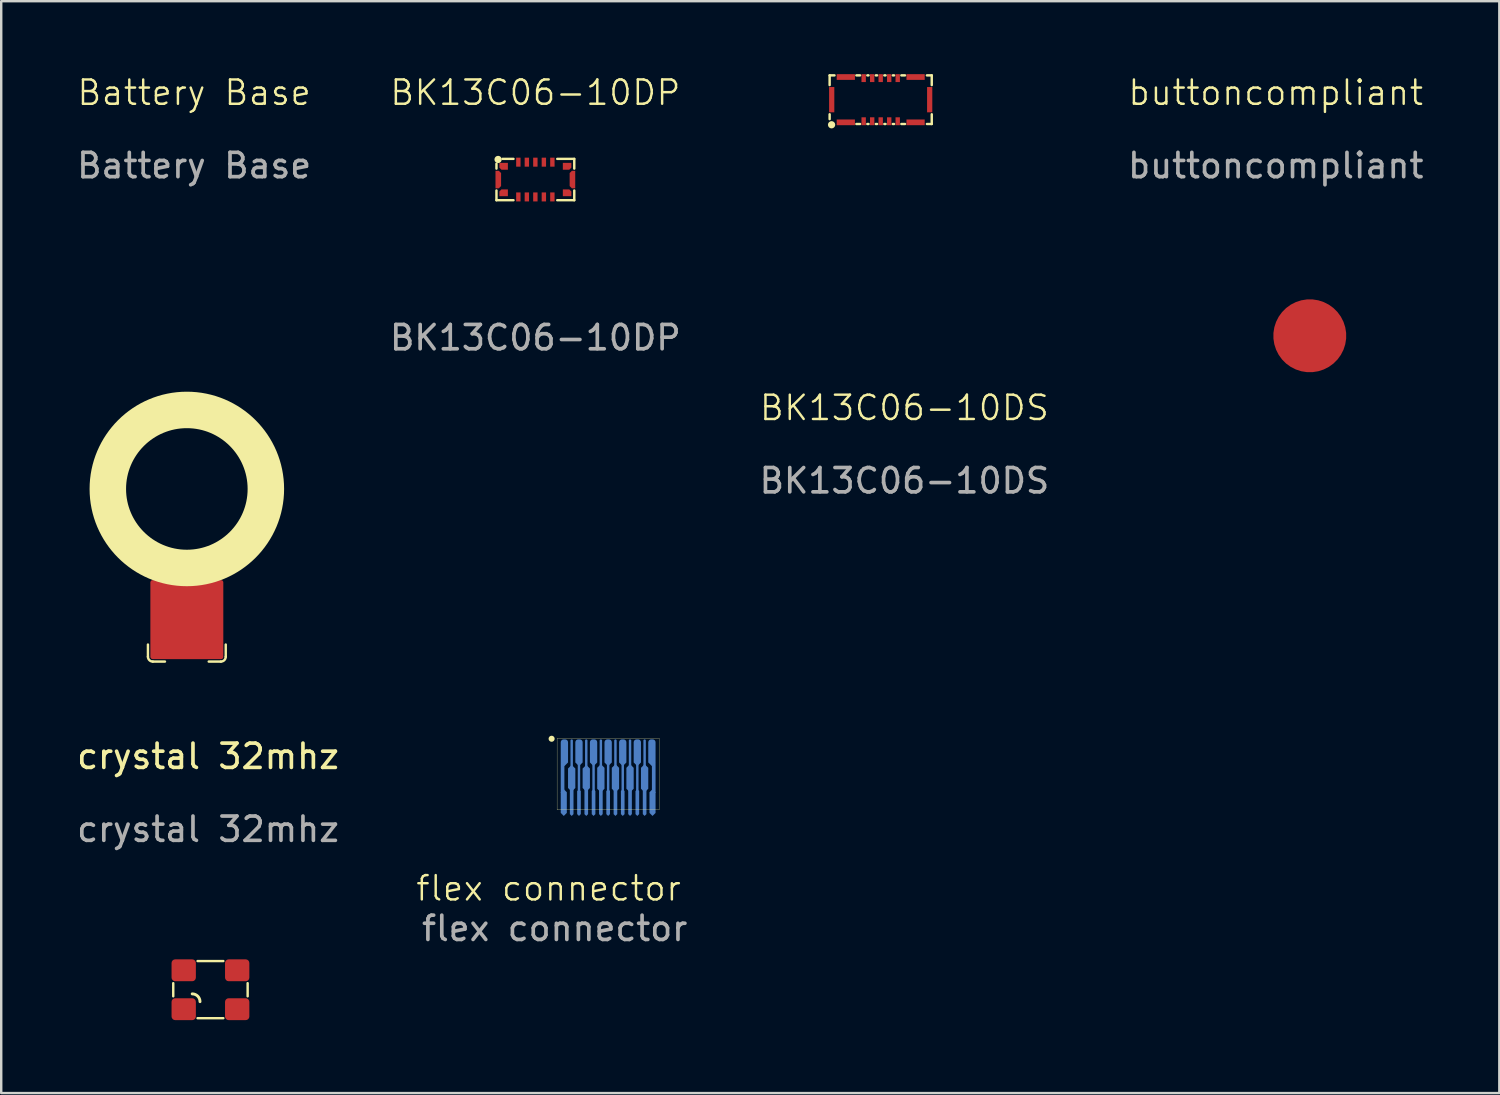
<source format=kicad_pcb>
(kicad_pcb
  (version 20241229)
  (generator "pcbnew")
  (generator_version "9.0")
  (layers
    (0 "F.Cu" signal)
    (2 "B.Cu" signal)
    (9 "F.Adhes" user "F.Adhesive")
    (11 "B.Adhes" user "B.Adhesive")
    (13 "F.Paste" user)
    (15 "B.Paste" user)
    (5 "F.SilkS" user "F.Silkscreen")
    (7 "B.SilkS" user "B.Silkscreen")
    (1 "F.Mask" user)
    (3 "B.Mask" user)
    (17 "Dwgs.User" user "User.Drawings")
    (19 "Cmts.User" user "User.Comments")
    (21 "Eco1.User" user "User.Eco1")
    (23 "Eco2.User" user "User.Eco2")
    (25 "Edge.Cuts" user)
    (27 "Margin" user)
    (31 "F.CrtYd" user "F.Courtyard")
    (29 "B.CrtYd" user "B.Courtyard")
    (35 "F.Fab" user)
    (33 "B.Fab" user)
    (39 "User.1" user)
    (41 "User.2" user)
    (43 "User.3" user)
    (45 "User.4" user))
  (footprint "BK13C06-10DP"
    (layer "F.Cu")
    (at 18.97 4.335)
    (property "Reference" "BK13C06-10DP" (at 0 -3.575 0) (unlocked yes) (layer "F.SilkS") (effects (font (size 1 1) (thickness 0.1))))
    (attr smd)
    (fp_line (start -1.6 -0.65) (end -1.6 -0.45) (stroke (width 0.1) (type default)) (layer "F.SilkS"))
    (fp_line (start -1.6 0.45) (end -1.6 0.85) (stroke (width 0.1) (type default)) (layer "F.SilkS"))
    (fp_line (start -0.9 -0.85) (end -1.35 -0.85) (stroke (width 0.1) (type default)) (layer "F.SilkS"))
    (fp_line (start -0.9 0.85) (end -1.6 0.85) (stroke (width 0.1) (type default)) (layer "F.SilkS"))
    (fp_line (start 0.9 -0.85) (end 1.6 -0.85) (stroke (width 0.1) (type default)) (layer "F.SilkS"))
    (fp_line (start 0.9 0.85) (end 1.6 0.85) (stroke (width 0.1) (type default)) (layer "F.SilkS"))
    (fp_line (start 1.6 -0.45) (end 1.6 -0.85) (stroke (width 0.1) (type default)) (layer "F.SilkS"))
    (fp_line (start 1.6 0.85) (end 1.6 0.45) (stroke (width 0.1) (type default)) (layer "F.SilkS"))
    (fp_circle (center -1.533 -0.826) (end -1.533 -0.826) (stroke (width 0.15) (type default)) (fill no) (layer "F.SilkS"))
    (fp_text user "${REFERENCE}" (at 0 6.505 0) (unlocked yes) (layer "F.Fab") (effects (font (size 1 1) (thickness 0.15))))
    (pad "1" smd rect (at -0.7 -0.715) (size 0.18 0.37) (layers "F.Cu" "F.Mask" "F.Paste"))
    (pad "2" smd rect (at -0.35 -0.715) (size 0.18 0.37) (layers "F.Cu" "F.Mask" "F.Paste"))
    (pad "3" smd rect (at 0 -0.715) (size 0.18 0.37) (layers "F.Cu" "F.Mask" "F.Paste"))
    (pad "4" smd rect (at 0.35 -0.715) (size 0.18 0.37) (layers "F.Cu" "F.Mask" "F.Paste"))
    (pad "5" smd rect (at 0.7 -0.715) (size 0.18 0.37) (layers "F.Cu" "F.Mask" "F.Paste"))
    (pad "6" smd rect (at -0.7 0.715) (size 0.18 0.37) (layers "F.Cu" "F.Mask" "F.Paste"))
    (pad "7" smd rect (at -0.35 0.715) (size 0.18 0.37) (layers "F.Cu" "F.Mask" "F.Paste"))
    (pad "8" smd rect (at 0 0.715) (size 0.18 0.37) (layers "F.Cu" "F.Mask" "F.Paste"))
    (pad "9" smd rect (at 0.35 0.715) (size 0.18 0.37) (layers "F.Cu" "F.Mask" "F.Paste"))
    (pad "10" smd rect (at 0.7 0.715) (size 0.18 0.37) (layers "F.Cu" "F.Mask" "F.Paste"))
    (pad "11" smd roundrect (at -1.305 -0.545 180) (size 0.35 0.28) (layers "F.Cu" "F.Mask" "F.Paste") (roundrect_rratio 0) (chamfer_ratio 0.3) (chamfer top_right))
    (pad "12" smd roundrect (at -1.525 0) (size 0.23 0.72) (layers "F.Cu" "F.Mask" "F.Paste") (roundrect_rratio 0) (chamfer_ratio 0.4) (chamfer top_right bottom_right))
    (pad "13" smd roundrect (at -1.305 0.545 180) (size 0.35 0.28) (layers "F.Cu" "F.Mask" "F.Paste") (roundrect_rratio 0) (chamfer_ratio 0.3) (chamfer bottom_right))
    (pad "14" smd roundrect (at 1.305 -0.545) (size 0.35 0.28) (layers "F.Cu" "F.Mask" "F.Paste") (roundrect_rratio 0) (chamfer_ratio 0.3) (chamfer bottom_right))
    (pad "15" smd roundrect (at 1.525 0) (size 0.23 0.72) (layers "F.Cu" "F.Mask" "F.Paste") (roundrect_rratio 0) (chamfer_ratio 0.4) (chamfer top_left bottom_left))
    (pad "16" smd roundrect (at 1.305 0.545) (size 0.35 0.28) (layers "F.Cu" "F.Mask" "F.Paste") (roundrect_rratio 0) (chamfer_ratio 0.3) (chamfer top_right)))
  (footprint "BK13C06-10DS"
    (layer "F.Cu")
    (at 33.174 1.05)
    (property "Reference" "BK13C06-10DS" (at 0.975 12.675 0) (unlocked yes) (layer "F.SilkS") (effects (font (size 1 1) (thickness 0.1))))
    (attr smd)
    (fp_line (start -2.1 -1) (end -2.1 -0.6) (stroke (width 0.1) (type default)) (layer "F.SilkS"))
    (fp_line (start -2.1 0.6) (end -2.1 0.8) (stroke (width 0.1) (type default)) (layer "F.SilkS"))
    (fp_line (start -1.9 -1) (end -2.1 -1) (stroke (width 0.1) (type default)) (layer "F.SilkS"))
    (fp_line (start -0.85 -1) (end -1 -1) (stroke (width 0.1) (type default)) (layer "F.SilkS"))
    (fp_line (start -0.85 1) (end -1 1) (stroke (width 0.1) (type default)) (layer "F.SilkS"))
    (fp_line (start -0.5 -1) (end -0.55 -1) (stroke (width 0.1) (type default)) (layer "F.SilkS"))
    (fp_line (start -0.5 1) (end -0.55 1) (stroke (width 0.1) (type default)) (layer "F.SilkS"))
    (fp_line (start -0.15 -1) (end -0.2 -1) (stroke (width 0.1) (type default)) (layer "F.SilkS"))
    (fp_line (start -0.15 1) (end -0.2 1) (stroke (width 0.1) (type default)) (layer "F.SilkS"))
    (fp_line (start 0.2 -1) (end 0.15 -1) (stroke (width 0.1) (type default)) (layer "F.SilkS"))
    (fp_line (start 0.2 1) (end 0.15 1) (stroke (width 0.1) (type default)) (layer "F.SilkS"))
    (fp_line (start 0.55 -1) (end 0.5 -1) (stroke (width 0.1) (type default)) (layer "F.SilkS"))
    (fp_line (start 0.55 1) (end 0.5 1) (stroke (width 0.1) (type default)) (layer "F.SilkS"))
    (fp_line (start 1 -1) (end 0.85 -1) (stroke (width 0.1) (type default)) (layer "F.SilkS"))
    (fp_line (start 1 1) (end 0.85 1) (stroke (width 0.1) (type default)) (layer "F.SilkS"))
    (fp_line (start 1.9 1) (end 2.1 1) (stroke (width 0.1) (type default)) (layer "F.SilkS"))
    (fp_line (start 2.1 -1) (end 1.9 -1) (stroke (width 0.1) (type default)) (layer "F.SilkS"))
    (fp_line (start 2.1 -1) (end 2.1 -0.6) (stroke (width 0.1) (type default)) (layer "F.SilkS"))
    (fp_line (start 2.1 1) (end 2.1 0.6) (stroke (width 0.1) (type default)) (layer "F.SilkS"))
    (fp_circle (center -2.02 1.032) (end -2.02 1.032) (stroke (width 0.15) (type default)) (fill no) (layer "F.SilkS"))
    (fp_text user "${REFERENCE}" (at 0.975 15.675 0) (unlocked yes) (layer "F.Fab") (effects (font (size 1 1) (thickness 0.15))))
    (pad "1" smd rect (at -0.7 0.887) (size 0.18 0.325) (layers "F.Cu" "F.Mask" "F.Paste"))
    (pad "2" smd rect (at -0.35 0.887) (size 0.18 0.325) (layers "F.Cu" "F.Mask" "F.Paste"))
    (pad "3" smd rect (at 0 0.887) (size 0.18 0.325) (layers "F.Cu" "F.Mask" "F.Paste"))
    (pad "4" smd rect (at 0.35 0.887) (size 0.18 0.325) (layers "F.Cu" "F.Mask" "F.Paste"))
    (pad "5" smd rect (at 0.7 0.887) (size 0.18 0.325) (layers "F.Cu" "F.Mask" "F.Paste"))
    (pad "6" smd rect (at -0.7 -0.887) (size 0.18 0.325) (layers "F.Cu" "F.Mask" "F.Paste"))
    (pad "7" smd rect (at -0.35 -0.887) (size 0.18 0.325) (layers "F.Cu" "F.Mask" "F.Paste"))
    (pad "8" smd rect (at 0 -0.887) (size 0.18 0.325) (layers "F.Cu" "F.Mask" "F.Paste"))
    (pad "9" smd rect (at 0.35 -0.887) (size 0.18 0.325) (layers "F.Cu" "F.Mask" "F.Paste"))
    (pad "10" smd rect (at 0.7 -0.887) (size 0.18 0.325) (layers "F.Cu" "F.Mask" "F.Paste"))
    (pad "11" smd rect (at -1.435 0.932) (size 0.75 0.235) (layers "F.Cu" "F.Mask" "F.Paste"))
    (pad "12" smd rect (at -2.015 0) (size 0.215 1.04) (layers "F.Cu" "F.Mask" "F.Paste"))
    (pad "13" smd rect (at -1.435 -0.932) (size 0.75 0.235) (layers "F.Cu" "F.Mask" "F.Paste"))
    (pad "14" smd rect (at 1.435 0.932) (size 0.75 0.235) (layers "F.Cu" "F.Mask" "F.Paste"))
    (pad "15" smd rect (at 2.015 0) (size 0.215 1.04) (layers "F.Cu" "F.Mask" "F.Paste"))
    (pad "16" smd rect (at 1.435 -0.932) (size 0.75 0.235) (layers "F.Cu" "F.Mask" "F.Paste")))
  (footprint "Battery Base"
    (layer "F.Cu")
    (at 4.635 17.061)
    (property "Reference" "Battery Base" (at 0.3 -16.3 0) (unlocked yes) (layer "F.SilkS") (effects (font (size 1 1) (thickness 0.1))))
    (attr smd)
    (fp_line (start -1.6 6.9) (end -1.6 6.4) (stroke (width 0.1) (type default)) (layer "F.SilkS"))
    (fp_line (start -1.4 7.1) (end -0.9 7.1) (stroke (width 0.1) (type default)) (layer "F.SilkS"))
    (fp_line (start 1.4 7.1) (end 0.9 7.1) (stroke (width 0.1) (type default)) (layer "F.SilkS"))
    (fp_line (start 1.6 6.9) (end 1.6 6.4) (stroke (width 0.1) (type default)) (layer "F.SilkS"))
    (fp_arc (start -1.4 7.1) (mid -1.541421 7.041421) (end -1.6 6.9) (stroke (width 0.1) (type default)) (layer "F.SilkS"))
    (fp_arc (start 1.6 6.9) (mid 1.541421 7.041421) (end 1.4 7.1) (stroke (width 0.1) (type default)) (layer "F.SilkS"))
    (fp_circle (center 0 0) (end 3.25 0) (stroke (width 1.5) (type default)) (fill no) (layer "F.SilkS"))
    (fp_text user "${REFERENCE}" (at 0.3 -13.3 0) (unlocked yes) (layer "F.Fab") (effects (font (size 1 1) (thickness 0.15))))
    (pad "1" smd roundrect (at 0 5.374 90) (size 3.249 3) (layers "F.Cu" "F.Mask" "F.Paste") (roundrect_rratio 0.031)))
  (footprint "flex connector"
    (layer "F.Cu")
    (at 19.764 31.261)
    (property "Reference" "flex connector" (at -0.25 2.225 0) (unlocked yes) (layer "F.SilkS") (effects (font (size 1 1) (thickness 0.1))))
    (attr smd)
    (fp_rect (start 0.1 -3.95) (end 4.3 -1) (stroke (width 0.01) (type default)) (fill no) (layer "F.SilkS"))
    (fp_circle (center -0.125 -3.925) (end 0 -3.925) (stroke (width 0) (type solid)) (fill yes) (layer "F.SilkS"))
    (fp_text user "${REFERENCE}" (at 0 3.875 0) (unlocked yes) (layer "F.Fab") (effects (font (size 1 1) (thickness 0.15))))
    (pad "1" smd rect (at 0.325 -2.325) (size 0.15 1.25) (layers "B.Cu" "B.Mask" "B.Paste"))
    (pad "1" smd roundrect (at 0.375 -1.3) (size 0.25 1.1) (layers "B.Cu" "B.Mask" "B.Paste") (roundrect_rratio 0) (chamfer_ratio 0.5) (chamfer top_left top_right bottom_left bottom_right))
    (pad "1" smd roundrect (at 0.4 -3.35) (size 0.3 1.1) (layers "B.Cu" "B.Mask" "B.Paste") (roundrect_rratio 0.4) (chamfer_ratio 0.5) (chamfer bottom_left bottom_right))
    (pad "2" smd roundrect (at 0.7 -3.3) (size 0.1 1.2) (layers "B.Cu" "B.Mask" "B.Paste") (roundrect_rratio 0.5))
    (pad "2" smd roundrect (at 0.7 -2.3) (size 0.3 1.1) (layers "B.Cu" "B.Mask" "B.Paste") (roundrect_rratio 0) (chamfer_ratio 0.5) (chamfer top_left top_right bottom_left bottom_right))
    (pad "2" smd roundrect (at 0.7 -1.425) (size 0.15 1.35) (layers "B.Cu" "B.Mask" "B.Paste") (roundrect_rratio 0) (chamfer_ratio 0.5) (chamfer top_left top_right bottom_left bottom_right))
    (pad "3" smd roundrect (at 1 -3.35) (size 0.3 1.1) (layers "B.Cu" "B.Mask" "B.Paste") (roundrect_rratio 0.4) (chamfer_ratio 0.5) (chamfer bottom_left bottom_right))
    (pad "3" smd rect (at 1 -2.4) (size 0.1 1.2) (layers "B.Cu" "B.Mask" "B.Paste"))
    (pad "3" smd roundrect (at 1 -1.3) (size 0.15 1.1) (layers "B.Cu" "B.Mask" "B.Paste") (roundrect_rratio 0) (chamfer_ratio 0.5) (chamfer top_left top_right bottom_left bottom_right))
    (pad "4" smd roundrect (at 1.3 -3.3) (size 0.1 1.2) (layers "B.Cu" "B.Mask" "B.Paste") (roundrect_rratio 0.5))
    (pad "4" smd roundrect (at 1.3 -2.3) (size 0.3 1.1) (layers "B.Cu" "B.Mask" "B.Paste") (roundrect_rratio 0) (chamfer_ratio 0.5) (chamfer top_left top_right bottom_left bottom_right))
    (pad "4" smd roundrect (at 1.3 -1.425) (size 0.15 1.35) (layers "B.Cu" "B.Mask" "B.Paste") (roundrect_rratio 0) (chamfer_ratio 0.5) (chamfer top_left top_right bottom_left bottom_right))
    (pad "5" smd roundrect (at 1.6 -3.35) (size 0.3 1.1) (layers "B.Cu" "B.Mask" "B.Paste") (roundrect_rratio 0.4) (chamfer_ratio 0.5) (chamfer bottom_left bottom_right))
    (pad "5" smd rect (at 1.6 -2.3) (size 0.1 1.25) (layers "B.Cu" "B.Mask" "B.Paste"))
    (pad "5" smd roundrect (at 1.6 -1.3) (size 0.15 1.1) (layers "B.Cu" "B.Mask" "B.Paste") (roundrect_rratio 0) (chamfer_ratio 0.5) (chamfer top_left top_right bottom_left bottom_right))
    (pad "6" smd roundrect (at 1.9 -3.3) (size 0.1 1.2) (layers "B.Cu" "B.Mask" "B.Paste") (roundrect_rratio 0.5))
    (pad "6" smd roundrect (at 1.9 -2.3) (size 0.3 1.1) (layers "B.Cu" "B.Mask" "B.Paste") (roundrect_rratio 0) (chamfer_ratio 0.4) (chamfer top_left top_right bottom_left bottom_right))
    (pad "6" smd roundrect (at 1.9 -1.425) (size 0.15 1.35) (layers "B.Cu" "B.Mask" "B.Paste") (roundrect_rratio 0) (chamfer_ratio 0.5) (chamfer top_left top_right bottom_left bottom_right))
    (pad "7" smd roundrect (at 2.2 -3.35) (size 0.3 1.1) (layers "B.Cu" "B.Mask" "B.Paste") (roundrect_rratio 0.4) (chamfer_ratio 0.5) (chamfer bottom_left bottom_right))
    (pad "7" smd rect (at 2.2 -2.3) (size 0.1 1.25) (layers "B.Cu" "B.Mask" "B.Paste"))
    (pad "7" smd roundrect (at 2.2 -1.3) (size 0.15 1.1) (layers "B.Cu" "B.Mask" "B.Paste") (roundrect_rratio 0) (chamfer_ratio 0.5) (chamfer top_left top_right bottom_left bottom_right))
    (pad "8" smd roundrect (at 2.5 -3.3) (size 0.1 1.2) (layers "B.Cu" "B.Mask" "B.Paste") (roundrect_rratio 0.5))
    (pad "8" smd roundrect (at 2.5 -2.3) (size 0.3 1.1) (layers "B.Cu" "B.Mask" "B.Paste") (roundrect_rratio 0) (chamfer_ratio 0.4) (chamfer top_left top_right bottom_left bottom_right))
    (pad "8" smd roundrect (at 2.5 -1.425) (size 0.15 1.35) (layers "B.Cu" "B.Mask" "B.Paste") (roundrect_rratio 0) (chamfer_ratio 0.5) (chamfer top_left top_right bottom_left bottom_right))
    (pad "9" smd roundrect (at 2.8 -3.35) (size 0.3 1.1) (layers "B.Cu" "B.Mask" "B.Paste") (roundrect_rratio 0.4) (chamfer_ratio 0.5) (chamfer bottom_left bottom_right))
    (pad "9" smd rect (at 2.8 -2.3) (size 0.1 1.25) (layers "B.Cu" "B.Mask" "B.Paste"))
    (pad "9" smd roundrect (at 2.8 -1.3) (size 0.15 1.1) (layers "B.Cu" "B.Mask" "B.Paste") (roundrect_rratio 0) (chamfer_ratio 0.5) (chamfer top_left top_right bottom_left bottom_right))
    (pad "10" smd roundrect (at 3.1 -3.3) (size 0.1 1.2) (layers "B.Cu" "B.Mask" "B.Paste") (roundrect_rratio 0.5))
    (pad "10" smd roundrect (at 3.1 -2.3) (size 0.3 1.1) (layers "B.Cu" "B.Mask" "B.Paste") (roundrect_rratio 0) (chamfer_ratio 0.4) (chamfer top_left top_right bottom_left bottom_right))
    (pad "10" smd roundrect (at 3.1 -1.413) (size 0.15 1.325) (layers "B.Cu" "B.Mask" "B.Paste") (roundrect_rratio 0) (chamfer_ratio 0.5) (chamfer top_left top_right bottom_left bottom_right))
    (pad "11" smd roundrect (at 3.4 -3.35) (size 0.3 1.1) (layers "B.Cu" "B.Mask" "B.Paste") (roundrect_rratio 0.4) (chamfer_ratio 0.5) (chamfer bottom_left bottom_right))
    (pad "11" smd rect (at 3.4 -2.3) (size 0.1 1.25) (layers "B.Cu" "B.Mask" "B.Paste"))
    (pad "11" smd roundrect (at 3.4 -1.3) (size 0.15 1.1) (layers "B.Cu" "B.Mask" "B.Paste") (roundrect_rratio 0) (chamfer_ratio 0.5) (chamfer top_left top_right bottom_left bottom_right))
    (pad "12" smd roundrect (at 3.7 -3.3) (size 0.1 1.2) (layers "B.Cu" "B.Mask" "B.Paste") (roundrect_rratio 0.5))
    (pad "12" smd roundrect (at 3.7 -2.3) (size 0.3 1.1) (layers "B.Cu" "B.Mask" "B.Paste") (roundrect_rratio 0) (chamfer_ratio 0.4) (chamfer top_left top_right bottom_left bottom_right))
    (pad "12" smd roundrect (at 3.7 -1.363) (size 0.15 1.225) (layers "B.Cu" "B.Mask" "B.Paste") (roundrect_rratio 0) (chamfer_ratio 0.5) (chamfer top_left top_right bottom_left bottom_right))
    (pad "13" smd roundrect (at 4 -3.35) (size 0.3 1.1) (layers "B.Cu" "B.Mask" "B.Paste") (roundrect_rratio 0.4) (chamfer_ratio 0.5) (chamfer bottom_left bottom_right))
    (pad "13" smd roundrect (at 4.025 -1.3) (size 0.25 1.1) (layers "B.Cu" "B.Mask" "B.Paste") (roundrect_rratio 0) (chamfer_ratio 0.5) (chamfer top_left top_right bottom_left bottom_right))
    (pad "13" smd rect (at 4.075 -2.325) (size 0.15 1.25) (layers "B.Cu" "B.Mask" "B.Paste")))
  (footprint "crystal 32mhz"
    (layer "F.Cu")
    (at 5.606 37.659)
    (property "Reference" "crystal 32mhz" (at -0.1 -9.6 0) (unlocked yes) (layer "F.SilkS") (effects (font (size 1 1) (thickness 0.15))))
    (attr smd)
    (fp_line (start -1.53 0.27) (end -1.53 -0.27) (stroke (width 0.1) (type solid)) (layer "F.SilkS"))
    (fp_line (start 0.53 -1.18) (end -0.53 -1.18) (stroke (width 0.1) (type solid)) (layer "F.SilkS"))
    (fp_line (start 0.53 1.17) (end -0.53 1.17) (stroke (width 0.1) (type solid)) (layer "F.SilkS"))
    (fp_line (start 1.53 0.27) (end 1.53 -0.27) (stroke (width 0.1) (type solid)) (layer "F.SilkS"))
    (fp_arc (start -0.75 0.17) (mid -0.523726 0.263726) (end -0.43 0.49) (stroke (width 0.12) (type solid)) (layer "F.SilkS"))
    (fp_text user "${REFERENCE}" (at -0.1 -6.6 0) (unlocked yes) (layer "F.Fab") (effects (font (size 1 1) (thickness 0.15))))
    (pad "1" smd roundrect (at -1.1 0.8) (size 1 0.9) (layers "F.Cu" "F.Mask" "F.Paste") (roundrect_rratio 0.167))
    (pad "2" smd roundrect (at 1.1 0.8) (size 1 0.9) (layers "F.Cu" "F.Mask" "F.Paste") (roundrect_rratio 0.167))
    (pad "3" smd roundrect (at 1.1 -0.8) (size 1 0.9) (layers "F.Cu" "F.Mask" "F.Paste") (roundrect_rratio 0.167))
    (pad "4" smd roundrect (at -1.1 -0.8) (size 1 0.9) (layers "F.Cu" "F.Mask" "F.Paste") (roundrect_rratio 0.167)))
  (footprint "buttoncompliant"
    (layer "F.Cu")
    (at 50.823 10.761)
    (property "Reference" "buttoncompliant" (at -1.4 -10 0) (unlocked yes) (layer "F.SilkS") (effects (font (size 1 1) (thickness 0.1))))
    (attr smd)
    (fp_text user "${REFERENCE}" (at -1.4 -7 0) (unlocked yes) (layer "F.Fab") (effects (font (size 1 1) (thickness 0.15))))
    (pad "3" smd custom (at 0 0) (size 3 3) (layers "F.Cu" "F.Mask" "F.Paste") (options (anchor circle)) (primitives)))
  (gr_rect
    (start -3 -3)
    (end 58.619 41.909)
    (stroke (width 0.1) (type default))
    (fill no)
    (layer "Edge.Cuts")))
</source>
